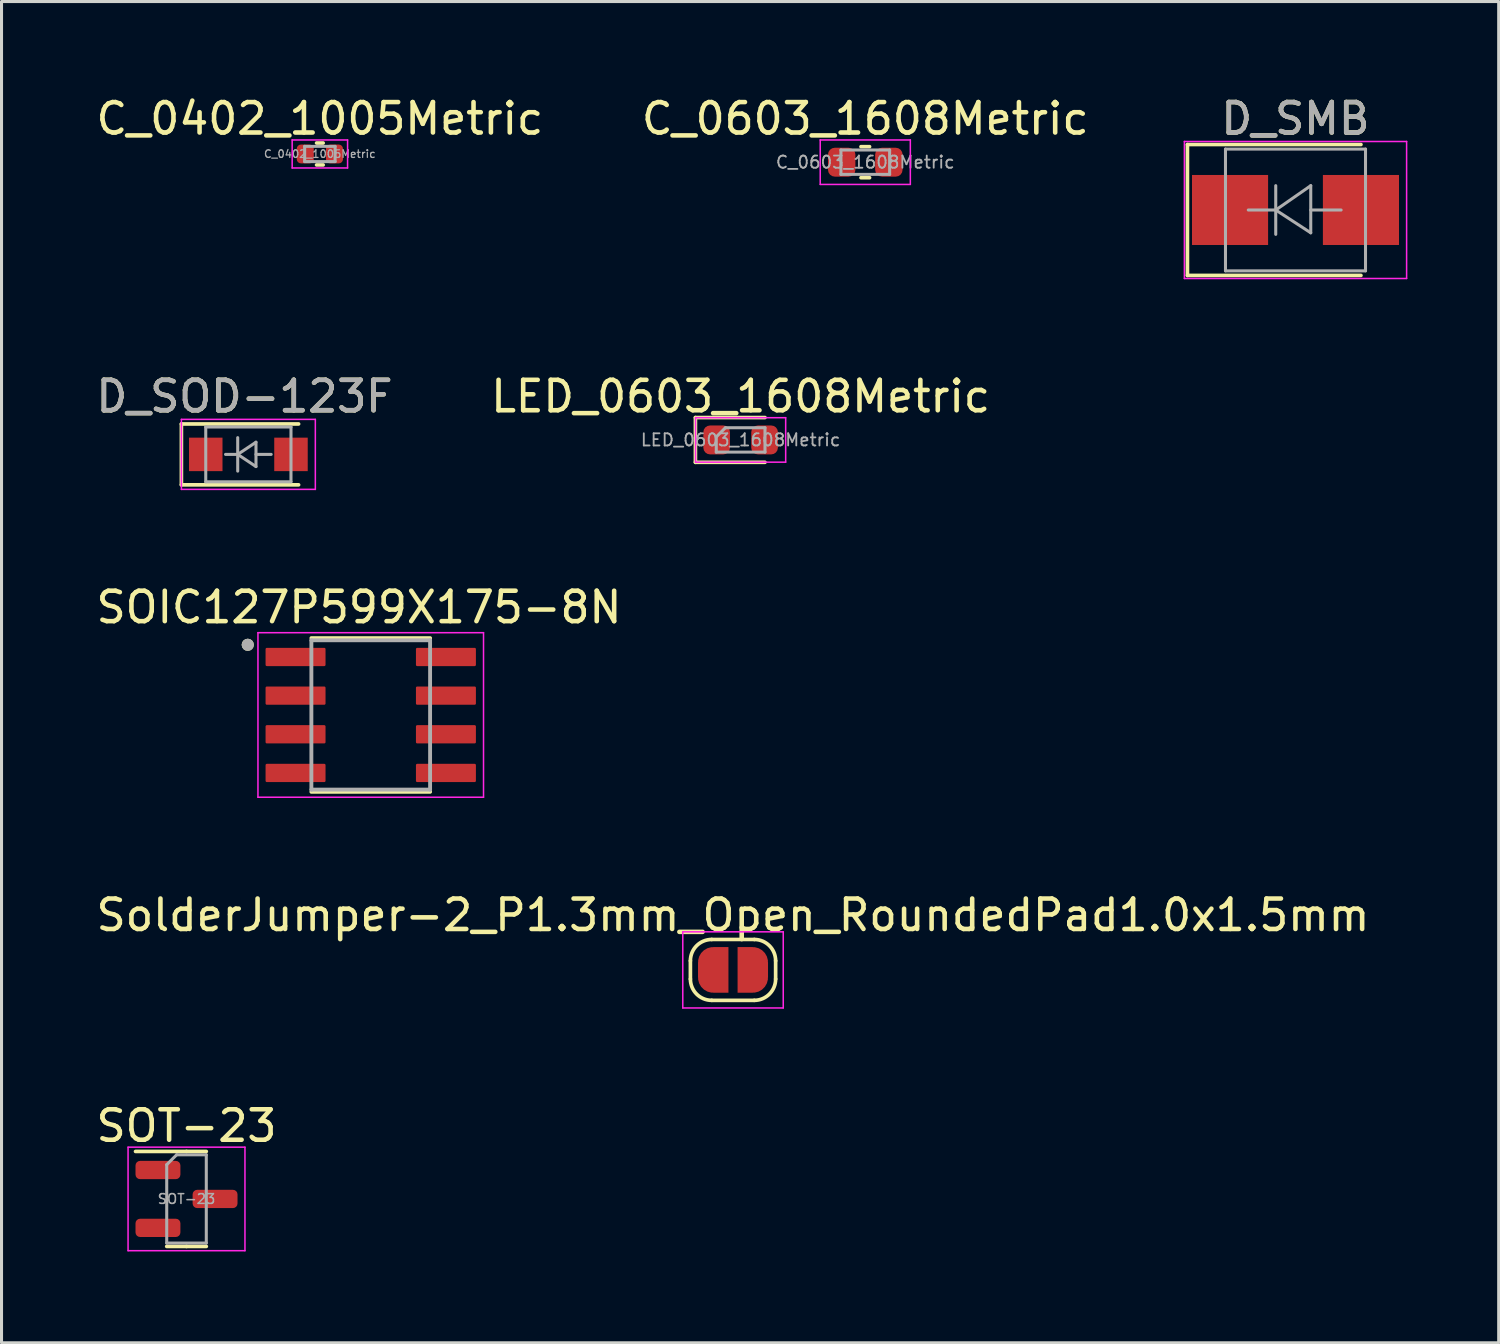
<source format=kicad_pcb>
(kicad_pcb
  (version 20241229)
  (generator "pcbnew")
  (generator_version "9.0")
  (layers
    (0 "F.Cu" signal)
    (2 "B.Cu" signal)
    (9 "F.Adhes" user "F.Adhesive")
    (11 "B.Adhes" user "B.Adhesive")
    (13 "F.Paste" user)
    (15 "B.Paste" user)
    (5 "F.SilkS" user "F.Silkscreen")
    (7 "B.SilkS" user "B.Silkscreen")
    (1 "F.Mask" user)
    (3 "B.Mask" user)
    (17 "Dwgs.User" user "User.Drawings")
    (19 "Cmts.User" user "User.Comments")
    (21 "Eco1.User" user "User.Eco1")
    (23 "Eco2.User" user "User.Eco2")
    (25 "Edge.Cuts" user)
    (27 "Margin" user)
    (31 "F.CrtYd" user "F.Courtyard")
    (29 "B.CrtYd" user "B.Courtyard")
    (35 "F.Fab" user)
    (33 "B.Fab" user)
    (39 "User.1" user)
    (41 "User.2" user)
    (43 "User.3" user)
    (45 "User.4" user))
  (footprint "SOIC127P599X175-8N"
    (layer "F.Cu")
    (at 9.129 20.437)
    (property "Reference" "SOIC127P599X175-8N" (at -0.385 -3.537 0) (layer "F.SilkS") (effects (font (size 1 1) (thickness 0.15))))
    (attr through_hole)
    (fp_line (start -1.95 -2.525) (end 1.95 -2.525) (stroke (width 0.127) (type solid)) (layer "F.SilkS"))
    (fp_line (start -1.95 2.525) (end 1.95 2.525) (stroke (width 0.127) (type solid)) (layer "F.SilkS"))
    (fp_circle (center -4.04 -2.305) (end -3.94 -2.305) (stroke (width 0.2) (type solid)) (fill no) (layer "F.SilkS"))
    (fp_line (start -3.705 -2.703) (end -3.705 2.703) (stroke (width 0.05) (type solid)) (layer "F.CrtYd"))
    (fp_line (start -3.705 -2.703) (end 3.705 -2.703) (stroke (width 0.05) (type solid)) (layer "F.CrtYd"))
    (fp_line (start -3.705 2.703) (end 3.705 2.703) (stroke (width 0.05) (type solid)) (layer "F.CrtYd"))
    (fp_line (start 3.705 -2.703) (end 3.705 2.703) (stroke (width 0.05) (type solid)) (layer "F.CrtYd"))
    (fp_line (start -1.95 -2.453) (end -1.95 2.453) (stroke (width 0.127) (type solid)) (layer "F.Fab"))
    (fp_line (start -1.95 -2.453) (end 1.95 -2.453) (stroke (width 0.127) (type solid)) (layer "F.Fab"))
    (fp_line (start -1.95 2.453) (end 1.95 2.453) (stroke (width 0.127) (type solid)) (layer "F.Fab"))
    (fp_line (start 1.95 -2.453) (end 1.95 2.453) (stroke (width 0.127) (type solid)) (layer "F.Fab"))
    (fp_circle (center -4.04 -2.305) (end -3.94 -2.305) (stroke (width 0.2) (type solid)) (fill no) (layer "F.Fab"))
    (pad "1" smd roundrect (at -2.47 -1.905) (size 1.97 0.6) (layers "F.Cu" "F.Mask" "F.Paste") (roundrect_rratio 0.07))
    (pad "2" smd roundrect (at -2.47 -0.635) (size 1.97 0.6) (layers "F.Cu" "F.Mask" "F.Paste") (roundrect_rratio 0.07))
    (pad "3" smd roundrect (at -2.47 0.635) (size 1.97 0.6) (layers "F.Cu" "F.Mask" "F.Paste") (roundrect_rratio 0.07))
    (pad "4" smd roundrect (at -2.47 1.905) (size 1.97 0.6) (layers "F.Cu" "F.Mask" "F.Paste") (roundrect_rratio 0.07))
    (pad "5" smd roundrect (at 2.47 1.905) (size 1.97 0.6) (layers "F.Cu" "F.Mask" "F.Paste") (roundrect_rratio 0.07))
    (pad "6" smd roundrect (at 2.47 0.635) (size 1.97 0.6) (layers "F.Cu" "F.Mask" "F.Paste") (roundrect_rratio 0.07))
    (pad "7" smd roundrect (at 2.47 -0.635) (size 1.97 0.6) (layers "F.Cu" "F.Mask" "F.Paste") (roundrect_rratio 0.07))
    (pad "8" smd roundrect (at 2.47 -1.905) (size 1.97 0.6) (layers "F.Cu" "F.Mask" "F.Paste") (roundrect_rratio 0.07)))
  (footprint "SolderJumper-2_P1.3mm_Open_RoundedPad1.0x1.5mm"
    (layer "F.Cu")
    (at 21.03 28.812)
    (property "Reference" "SolderJumper-2_P1.3mm_Open_RoundedPad1.0x1.5mm" (at 0 -1.8 0) (layer "F.SilkS") (effects (font (size 1 1) (thickness 0.15))))
    (attr exclude_from_pos_files)
    (fp_line (start -1.4 0.3) (end -1.4 -0.3) (stroke (width 0.12) (type solid)) (layer "F.SilkS"))
    (fp_line (start -0.7 -1) (end 0.7 -1) (stroke (width 0.12) (type solid)) (layer "F.SilkS"))
    (fp_line (start 0.7 1) (end -0.7 1) (stroke (width 0.12) (type solid)) (layer "F.SilkS"))
    (fp_line (start 1.4 -0.3) (end 1.4 0.3) (stroke (width 0.12) (type solid)) (layer "F.SilkS"))
    (fp_arc (start -1.4 -0.3) (mid -1.194975 -0.794975) (end -0.7 -1) (stroke (width 0.12) (type solid)) (layer "F.SilkS"))
    (fp_arc (start -0.7 1) (mid -1.194975 0.794975) (end -1.4 0.3) (stroke (width 0.12) (type solid)) (layer "F.SilkS"))
    (fp_arc (start 0.7 -1) (mid 1.194975 -0.794975) (end 1.4 -0.3) (stroke (width 0.12) (type solid)) (layer "F.SilkS"))
    (fp_arc (start 1.4 0.3) (mid 1.194975 0.794975) (end 0.7 1) (stroke (width 0.12) (type solid)) (layer "F.SilkS"))
    (fp_line (start -1.65 -1.25) (end -1.65 1.25) (stroke (width 0.05) (type solid)) (layer "F.CrtYd"))
    (fp_line (start -1.65 -1.25) (end 1.65 -1.25) (stroke (width 0.05) (type solid)) (layer "F.CrtYd"))
    (fp_line (start 1.65 1.25) (end -1.65 1.25) (stroke (width 0.05) (type solid)) (layer "F.CrtYd"))
    (fp_line (start 1.65 1.25) (end 1.65 -1.25) (stroke (width 0.05) (type solid)) (layer "F.CrtYd"))
    (pad "1" smd custom (at -0.65 0) (size 1 0.5) (layers "F.Cu" "F.Mask") (options (anchor rect)) (primitives (gr_circle (center 0 0.25) (end 0.5 0.25) (width 0) (fill yes)) (gr_circle (center 0 -0.25) (end 0.5 -0.25) (width 0) (fill yes)) (gr_poly (pts (xy 0.5 0.75) (xy 0 0.75) (xy 0 -0.75) (xy 0.5 -0.75)) (width 0) (fill yes))))
    (pad "2" smd custom (at 0.65 0) (size 1 0.5) (layers "F.Cu" "F.Mask") (options (anchor rect)) (primitives (gr_circle (center 0 0.25) (end 0.5 0.25) (width 0) (fill yes)) (gr_circle (center 0 -0.25) (end 0.5 -0.25) (width 0) (fill yes)) (gr_poly (pts (xy 0 0.75) (xy -0.5 0.75) (xy -0.5 -0.75) (xy 0 -0.75)) (width 0) (fill yes)))))
  (footprint "D_SOD-123F"
    (layer "F.Cu")
    (at 5.109 11.877)
    (property "Reference" "D_SOD-123F" (at -0.127 -1.905 0) (layer "F.SilkS") (effects (font (size 1 1) (thickness 0.15))))
    (attr smd)
    (fp_line (start -2.2 -1) (end -2.2 1) (stroke (width 0.12) (type solid)) (layer "F.SilkS"))
    (fp_line (start -2.2 -1) (end 1.65 -1) (stroke (width 0.12) (type solid)) (layer "F.SilkS"))
    (fp_line (start -2.2 1) (end 1.65 1) (stroke (width 0.12) (type solid)) (layer "F.SilkS"))
    (fp_line (start -2.2 -1.15) (end -2.2 1.15) (stroke (width 0.05) (type solid)) (layer "F.CrtYd"))
    (fp_line (start -2.2 -1.15) (end 2.2 -1.15) (stroke (width 0.05) (type solid)) (layer "F.CrtYd"))
    (fp_line (start 2.2 -1.15) (end 2.2 1.15) (stroke (width 0.05) (type solid)) (layer "F.CrtYd"))
    (fp_line (start 2.2 1.15) (end -2.2 1.15) (stroke (width 0.05) (type solid)) (layer "F.CrtYd"))
    (fp_line (start -1.4 -0.9) (end 1.4 -0.9) (stroke (width 0.1) (type solid)) (layer "F.Fab"))
    (fp_line (start -1.4 0.9) (end -1.4 -0.9) (stroke (width 0.1) (type solid)) (layer "F.Fab"))
    (fp_line (start -0.75 0) (end -0.35 0) (stroke (width 0.1) (type solid)) (layer "F.Fab"))
    (fp_line (start -0.35 0) (end -0.35 -0.55) (stroke (width 0.1) (type solid)) (layer "F.Fab"))
    (fp_line (start -0.35 0) (end -0.35 0.55) (stroke (width 0.1) (type solid)) (layer "F.Fab"))
    (fp_line (start -0.35 0) (end 0.25 -0.4) (stroke (width 0.1) (type solid)) (layer "F.Fab"))
    (fp_line (start 0.25 -0.4) (end 0.25 0.4) (stroke (width 0.1) (type solid)) (layer "F.Fab"))
    (fp_line (start 0.25 0) (end 0.75 0) (stroke (width 0.1) (type solid)) (layer "F.Fab"))
    (fp_line (start 0.25 0.4) (end -0.35 0) (stroke (width 0.1) (type solid)) (layer "F.Fab"))
    (fp_line (start 1.4 -0.9) (end 1.4 0.9) (stroke (width 0.1) (type solid)) (layer "F.Fab"))
    (fp_line (start 1.4 0.9) (end -1.4 0.9) (stroke (width 0.1) (type solid)) (layer "F.Fab"))
    (fp_text user "${REFERENCE}" (at -0.127 -1.905 0) (layer "F.Fab") (effects (font (size 1 1) (thickness 0.15))))
    (pad "1" smd rect (at -1.4 0) (size 1.1 1.1) (layers "F.Cu" "F.Mask" "F.Paste"))
    (pad "2" smd rect (at 1.4 0) (size 1.1 1.1) (layers "F.Cu" "F.Mask" "F.Paste")))
  (footprint "SOT-23"
    (layer "F.Cu")
    (at 3.077 36.336)
    (property "Reference" "SOT-23" (at 0 -2.4 0) (layer "F.SilkS") (effects (font (size 1 1) (thickness 0.15))))
    (attr smd)
    (fp_line (start 0 -1.56) (end -1.675 -1.56) (stroke (width 0.12) (type solid)) (layer "F.SilkS"))
    (fp_line (start 0 -1.56) (end 0.65 -1.56) (stroke (width 0.12) (type solid)) (layer "F.SilkS"))
    (fp_line (start 0 1.56) (end -0.65 1.56) (stroke (width 0.12) (type solid)) (layer "F.SilkS"))
    (fp_line (start 0 1.56) (end 0.65 1.56) (stroke (width 0.12) (type solid)) (layer "F.SilkS"))
    (fp_line (start -1.92 -1.7) (end -1.92 1.7) (stroke (width 0.05) (type solid)) (layer "F.CrtYd"))
    (fp_line (start -1.92 1.7) (end 1.92 1.7) (stroke (width 0.05) (type solid)) (layer "F.CrtYd"))
    (fp_line (start 1.92 -1.7) (end -1.92 -1.7) (stroke (width 0.05) (type solid)) (layer "F.CrtYd"))
    (fp_line (start 1.92 1.7) (end 1.92 -1.7) (stroke (width 0.05) (type solid)) (layer "F.CrtYd"))
    (fp_line (start -0.65 -1.125) (end -0.325 -1.45) (stroke (width 0.1) (type solid)) (layer "F.Fab"))
    (fp_line (start -0.65 1.45) (end -0.65 -1.125) (stroke (width 0.1) (type solid)) (layer "F.Fab"))
    (fp_line (start -0.325 -1.45) (end 0.65 -1.45) (stroke (width 0.1) (type solid)) (layer "F.Fab"))
    (fp_line (start 0.65 -1.45) (end 0.65 1.45) (stroke (width 0.1) (type solid)) (layer "F.Fab"))
    (fp_line (start 0.65 1.45) (end -0.65 1.45) (stroke (width 0.1) (type solid)) (layer "F.Fab"))
    (fp_text user "${REFERENCE}" (at 0 0 0) (layer "F.Fab") (effects (font (size 0.32 0.32) (thickness 0.05))))
    (pad "1" smd roundrect (at -0.938 -0.95) (size 1.475 0.6) (layers "F.Cu" "F.Mask" "F.Paste") (roundrect_rratio 0.25))
    (pad "2" smd roundrect (at -0.938 0.95) (size 1.475 0.6) (layers "F.Cu" "F.Mask" "F.Paste") (roundrect_rratio 0.25))
    (pad "3" smd roundrect (at 0.938 0) (size 1.475 0.6) (layers "F.Cu" "F.Mask" "F.Paste") (roundrect_rratio 0.25)))
  (footprint "D_SMB"
    (layer "F.Cu")
    (at 39.508 3.848)
    (property "Reference" "D_SMB" (at 0 -3 0) (layer "F.SilkS") (effects (font (size 1 1) (thickness 0.15))))
    (attr smd)
    (fp_line (start -3.55 -2.15) (end -3.55 2.15) (stroke (width 0.12) (type solid)) (layer "F.SilkS"))
    (fp_line (start -3.55 -2.15) (end 2.15 -2.15) (stroke (width 0.12) (type solid)) (layer "F.SilkS"))
    (fp_line (start -3.55 2.15) (end 2.15 2.15) (stroke (width 0.12) (type solid)) (layer "F.SilkS"))
    (fp_line (start -3.65 -2.25) (end 3.65 -2.25) (stroke (width 0.05) (type solid)) (layer "F.CrtYd"))
    (fp_line (start -3.65 2.25) (end -3.65 -2.25) (stroke (width 0.05) (type solid)) (layer "F.CrtYd"))
    (fp_line (start 3.65 -2.25) (end 3.65 2.25) (stroke (width 0.05) (type solid)) (layer "F.CrtYd"))
    (fp_line (start 3.65 2.25) (end -3.65 2.25) (stroke (width 0.05) (type solid)) (layer "F.CrtYd"))
    (fp_line (start -2.3 2) (end -2.3 -2) (stroke (width 0.1) (type solid)) (layer "F.Fab"))
    (fp_line (start -0.649 -0.799) (end -0.649 0.801) (stroke (width 0.1) (type solid)) (layer "F.Fab"))
    (fp_line (start -0.649 0.001) (end -1.551 0.001) (stroke (width 0.1) (type solid)) (layer "F.Fab"))
    (fp_line (start -0.649 0.001) (end 0.501 -0.799) (stroke (width 0.1) (type solid)) (layer "F.Fab"))
    (fp_line (start -0.649 0.001) (end 0.501 0.75) (stroke (width 0.1) (type solid)) (layer "F.Fab"))
    (fp_line (start 0.501 0.001) (end 1.499 0.001) (stroke (width 0.1) (type solid)) (layer "F.Fab"))
    (fp_line (start 0.501 0.75) (end 0.501 -0.799) (stroke (width 0.1) (type solid)) (layer "F.Fab"))
    (fp_line (start 2.3 -2) (end -2.3 -2) (stroke (width 0.1) (type solid)) (layer "F.Fab"))
    (fp_line (start 2.3 -2) (end 2.3 2) (stroke (width 0.1) (type solid)) (layer "F.Fab"))
    (fp_line (start 2.3 2) (end -2.3 2) (stroke (width 0.1) (type solid)) (layer "F.Fab"))
    (fp_text user "${REFERENCE}" (at 0 -3 0) (layer "F.Fab") (effects (font (size 1 1) (thickness 0.15))))
    (pad "1" smd rect (at -2.15 0) (size 2.5 2.3) (layers "F.Cu" "F.Mask" "F.Paste"))
    (pad "2" smd rect (at 2.15 0) (size 2.5 2.3) (layers "F.Cu" "F.Mask" "F.Paste")))
  (footprint "C_0603_1608Metric"
    (layer "F.Cu")
    (at 25.375 2.278)
    (property "Reference" "C_0603_1608Metric" (at 0 -1.43 0) (layer "F.SilkS") (effects (font (size 1 1) (thickness 0.15))))
    (attr smd)
    (fp_line (start -0.141 -0.51) (end 0.141 -0.51) (stroke (width 0.12) (type solid)) (layer "F.SilkS"))
    (fp_line (start -0.141 0.51) (end 0.141 0.51) (stroke (width 0.12) (type solid)) (layer "F.SilkS"))
    (fp_line (start -1.48 -0.73) (end 1.48 -0.73) (stroke (width 0.05) (type solid)) (layer "F.CrtYd"))
    (fp_line (start -1.48 0.73) (end -1.48 -0.73) (stroke (width 0.05) (type solid)) (layer "F.CrtYd"))
    (fp_line (start 1.48 -0.73) (end 1.48 0.73) (stroke (width 0.05) (type solid)) (layer "F.CrtYd"))
    (fp_line (start 1.48 0.73) (end -1.48 0.73) (stroke (width 0.05) (type solid)) (layer "F.CrtYd"))
    (fp_line (start -0.8 -0.4) (end 0.8 -0.4) (stroke (width 0.1) (type solid)) (layer "F.Fab"))
    (fp_line (start -0.8 0.4) (end -0.8 -0.4) (stroke (width 0.1) (type solid)) (layer "F.Fab"))
    (fp_line (start 0.8 -0.4) (end 0.8 0.4) (stroke (width 0.1) (type solid)) (layer "F.Fab"))
    (fp_line (start 0.8 0.4) (end -0.8 0.4) (stroke (width 0.1) (type solid)) (layer "F.Fab"))
    (fp_text user "${REFERENCE}" (at 0 0 0) (layer "F.Fab") (effects (font (size 0.4 0.4) (thickness 0.06))))
    (pad "1" smd roundrect (at -0.775 0) (size 0.9 0.95) (layers "F.Cu" "F.Mask" "F.Paste") (roundrect_rratio 0.25))
    (pad "2" smd roundrect (at 0.775 0) (size 0.9 0.95) (layers "F.Cu" "F.Mask" "F.Paste") (roundrect_rratio 0.25)))
  (footprint "LED_0603_1608Metric"
    (layer "F.Cu")
    (at 21.28 11.402)
    (property "Reference" "LED_0603_1608Metric" (at 0 -1.43 0) (layer "F.SilkS") (effects (font (size 1 1) (thickness 0.15))))
    (attr smd)
    (fp_line (start -1.485 -0.735) (end -1.485 0.735) (stroke (width 0.12) (type solid)) (layer "F.SilkS"))
    (fp_line (start -1.485 0.735) (end 0.8 0.735) (stroke (width 0.12) (type solid)) (layer "F.SilkS"))
    (fp_line (start 0.8 -0.735) (end -1.485 -0.735) (stroke (width 0.12) (type solid)) (layer "F.SilkS"))
    (fp_line (start -1.48 -0.73) (end 1.48 -0.73) (stroke (width 0.05) (type solid)) (layer "F.CrtYd"))
    (fp_line (start -1.48 0.73) (end -1.48 -0.73) (stroke (width 0.05) (type solid)) (layer "F.CrtYd"))
    (fp_line (start 1.48 -0.73) (end 1.48 0.73) (stroke (width 0.05) (type solid)) (layer "F.CrtYd"))
    (fp_line (start 1.48 0.73) (end -1.48 0.73) (stroke (width 0.05) (type solid)) (layer "F.CrtYd"))
    (fp_line (start -0.8 -0.1) (end -0.8 0.4) (stroke (width 0.1) (type solid)) (layer "F.Fab"))
    (fp_line (start -0.8 0.4) (end 0.8 0.4) (stroke (width 0.1) (type solid)) (layer "F.Fab"))
    (fp_line (start -0.5 -0.4) (end -0.8 -0.1) (stroke (width 0.1) (type solid)) (layer "F.Fab"))
    (fp_line (start 0.8 -0.4) (end -0.5 -0.4) (stroke (width 0.1) (type solid)) (layer "F.Fab"))
    (fp_line (start 0.8 0.4) (end 0.8 -0.4) (stroke (width 0.1) (type solid)) (layer "F.Fab"))
    (fp_text user "${REFERENCE}" (at 0 0 0) (layer "F.Fab") (effects (font (size 0.4 0.4) (thickness 0.06))))
    (pad "1" smd roundrect (at -0.787 0) (size 0.875 0.95) (layers "F.Cu" "F.Mask" "F.Paste") (roundrect_rratio 0.25))
    (pad "2" smd roundrect (at 0.787 0) (size 0.875 0.95) (layers "F.Cu" "F.Mask" "F.Paste") (roundrect_rratio 0.25)))
  (footprint "C_0402_1005Metric"
    (layer "F.Cu")
    (at 7.458 2.008)
    (property "Reference" "C_0402_1005Metric" (at 0 -1.16 0) (layer "F.SilkS") (effects (font (size 1 1) (thickness 0.15))))
    (attr smd)
    (fp_line (start -0.108 -0.36) (end 0.108 -0.36) (stroke (width 0.12) (type solid)) (layer "F.SilkS"))
    (fp_line (start -0.108 0.36) (end 0.108 0.36) (stroke (width 0.12) (type solid)) (layer "F.SilkS"))
    (fp_line (start -0.91 -0.46) (end 0.91 -0.46) (stroke (width 0.05) (type solid)) (layer "F.CrtYd"))
    (fp_line (start -0.91 0.46) (end -0.91 -0.46) (stroke (width 0.05) (type solid)) (layer "F.CrtYd"))
    (fp_line (start 0.91 -0.46) (end 0.91 0.46) (stroke (width 0.05) (type solid)) (layer "F.CrtYd"))
    (fp_line (start 0.91 0.46) (end -0.91 0.46) (stroke (width 0.05) (type solid)) (layer "F.CrtYd"))
    (fp_line (start -0.5 -0.25) (end 0.5 -0.25) (stroke (width 0.1) (type solid)) (layer "F.Fab"))
    (fp_line (start -0.5 0.25) (end -0.5 -0.25) (stroke (width 0.1) (type solid)) (layer "F.Fab"))
    (fp_line (start 0.5 -0.25) (end 0.5 0.25) (stroke (width 0.1) (type solid)) (layer "F.Fab"))
    (fp_line (start 0.5 0.25) (end -0.5 0.25) (stroke (width 0.1) (type solid)) (layer "F.Fab"))
    (fp_text user "${REFERENCE}" (at 0 0 0) (layer "F.Fab") (effects (font (size 0.25 0.25) (thickness 0.04))))
    (pad "1" smd roundrect (at -0.48 0) (size 0.56 0.62) (layers "F.Cu" "F.Mask" "F.Paste") (roundrect_rratio 0.25))
    (pad "2" smd roundrect (at 0.48 0) (size 0.56 0.62) (layers "F.Cu" "F.Mask" "F.Paste") (roundrect_rratio 0.25)))
  (gr_rect
    (start -3 -3)
    (end 46.183 41.061)
    (stroke (width 0.1) (type default))
    (fill no)
    (layer "Edge.Cuts")))
</source>
